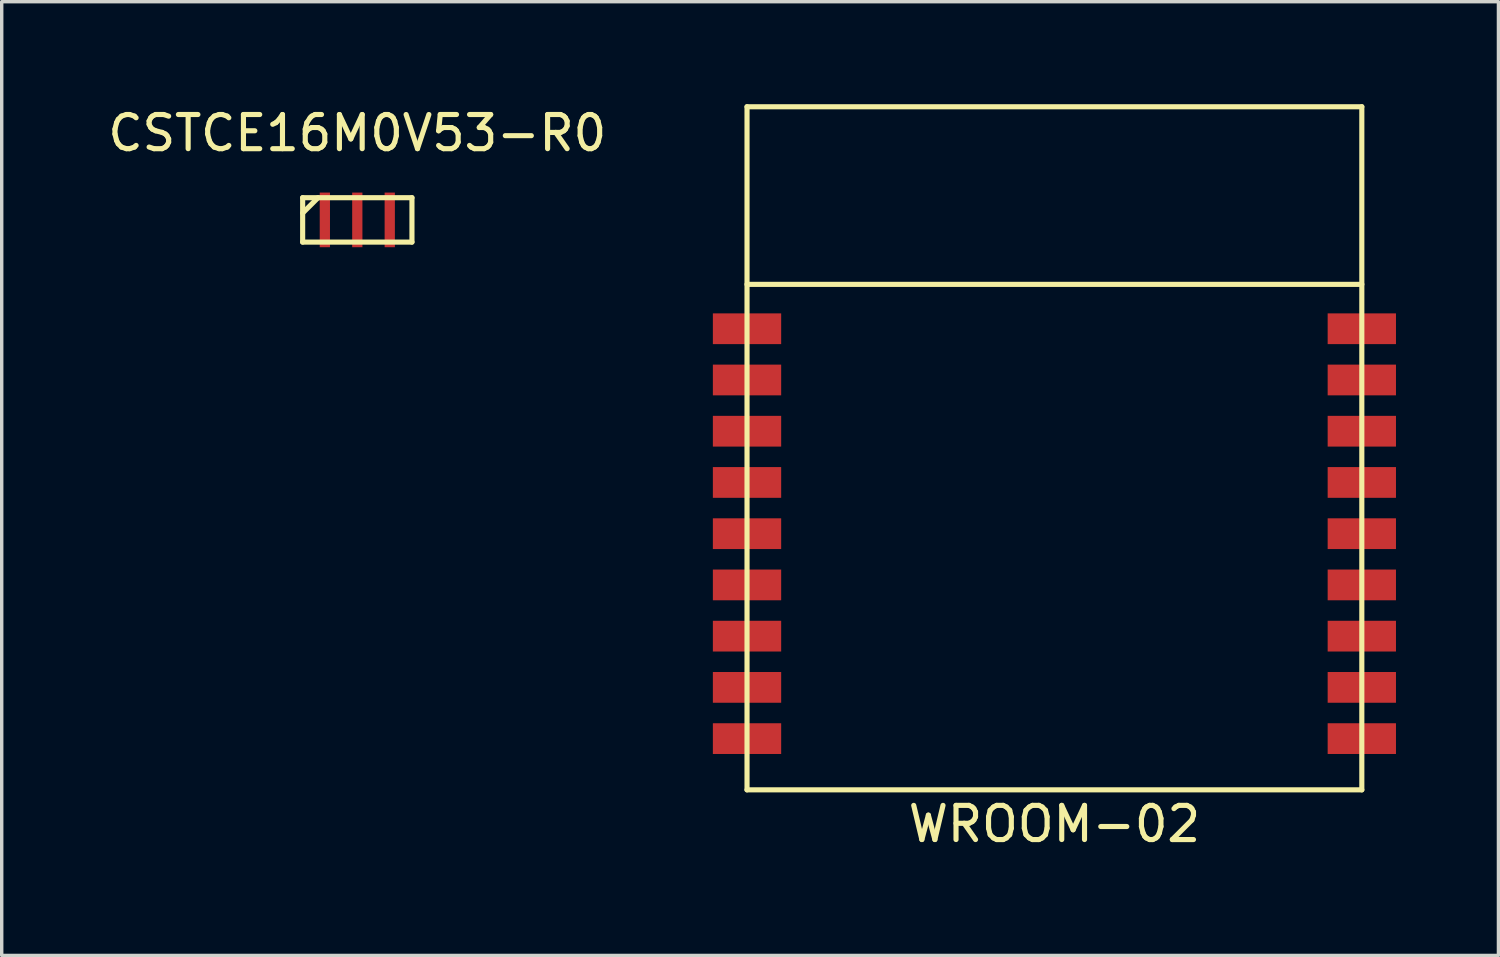
<source format=kicad_pcb>
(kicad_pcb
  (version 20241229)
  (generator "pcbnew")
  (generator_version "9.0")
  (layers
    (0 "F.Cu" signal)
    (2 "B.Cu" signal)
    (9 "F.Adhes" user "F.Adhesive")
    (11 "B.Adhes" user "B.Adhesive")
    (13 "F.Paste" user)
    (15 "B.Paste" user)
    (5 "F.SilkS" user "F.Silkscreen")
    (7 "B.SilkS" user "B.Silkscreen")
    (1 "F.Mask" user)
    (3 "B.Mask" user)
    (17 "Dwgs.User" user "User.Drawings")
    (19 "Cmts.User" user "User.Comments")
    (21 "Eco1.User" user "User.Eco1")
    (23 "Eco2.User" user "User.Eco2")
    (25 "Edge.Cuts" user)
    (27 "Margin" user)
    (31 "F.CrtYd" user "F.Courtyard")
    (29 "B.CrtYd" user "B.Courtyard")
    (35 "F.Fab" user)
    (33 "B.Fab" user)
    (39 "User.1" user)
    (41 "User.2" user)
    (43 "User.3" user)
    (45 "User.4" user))
  (footprint "CSTCE16M0V53-R0"
    (layer "F.Cu")
    (at 7.411 3.388)
    (property "Reference" "CSTCE16M0V53-R0" (at 0 -2.54 0) (layer "F.SilkS") (effects (font (size 1 1) (thickness 0.15))))
    (attr through_hole)
    (fp_line (start -1.6 -0.65) (end 1.6 -0.65) (stroke (width 0.15) (type solid)) (layer "F.SilkS"))
    (fp_line (start -1.6 0.65) (end -1.6 -0.65) (stroke (width 0.15) (type solid)) (layer "F.SilkS"))
    (fp_line (start -1.15 -0.65) (end -1.6 -0.2) (stroke (width 0.15) (type solid)) (layer "F.SilkS"))
    (fp_line (start 1.6 -0.65) (end 1.6 0.65) (stroke (width 0.15) (type solid)) (layer "F.SilkS"))
    (fp_line (start 1.6 0.65) (end -1.6 0.65) (stroke (width 0.15) (type solid)) (layer "F.SilkS"))
    (pad "1" smd rect (at -0.95 0) (size 0.3 1.6) (layers "F.Cu" "F.Mask" "F.Paste"))
    (pad "2" smd rect (at 0.95 0) (size 0.3 1.6) (layers "F.Cu" "F.Mask" "F.Paste"))
    (pad "3" smd rect (at 0 0) (size 0.3 1.6) (layers "F.Cu" "F.Mask" "F.Paste")))
  (footprint "WROOM-02"
    (layer "F.Cu")
    (at 27.821 20.075)
    (property "Reference" "WROOM-02" (at 0 1 0) (layer "F.SilkS") (effects (font (size 1 1) (thickness 0.15))))
    (attr through_hole)
    (fp_line (start -9 -20) (end -9 0) (stroke (width 0.15) (type solid)) (layer "F.SilkS"))
    (fp_line (start -9 -14.8) (end 9 -14.8) (stroke (width 0.15) (type solid)) (layer "F.SilkS"))
    (fp_line (start -9 0) (end 9 0) (stroke (width 0.15) (type solid)) (layer "F.SilkS"))
    (fp_line (start 9 -20) (end -9 -20) (stroke (width 0.15) (type solid)) (layer "F.SilkS"))
    (fp_line (start 9 0) (end 9 -20) (stroke (width 0.15) (type solid)) (layer "F.SilkS"))
    (pad "1" smd rect (at -9 -13.5) (size 2 0.9) (layers "F.Cu" "F.Mask" "F.Paste"))
    (pad "2" smd rect (at -9 -12) (size 2 0.9) (layers "F.Cu" "F.Mask" "F.Paste"))
    (pad "3" smd rect (at -9 -10.5) (size 2 0.9) (layers "F.Cu" "F.Mask" "F.Paste"))
    (pad "4" smd rect (at -9 -9) (size 2 0.9) (layers "F.Cu" "F.Mask" "F.Paste"))
    (pad "5" smd rect (at -9 -7.5) (size 2 0.9) (layers "F.Cu" "F.Mask" "F.Paste"))
    (pad "6" smd rect (at -9 -6) (size 2 0.9) (layers "F.Cu" "F.Mask" "F.Paste"))
    (pad "7" smd rect (at -9 -4.5) (size 2 0.9) (layers "F.Cu" "F.Mask" "F.Paste"))
    (pad "8" smd rect (at -9 -3) (size 2 0.9) (layers "F.Cu" "F.Mask" "F.Paste"))
    (pad "9" smd rect (at -9 -1.5) (size 2 0.9) (layers "F.Cu" "F.Mask" "F.Paste"))
    (pad "10" smd rect (at 9 -1.5) (size 2 0.9) (layers "F.Cu" "F.Mask" "F.Paste"))
    (pad "11" smd rect (at 9 -3) (size 2 0.9) (layers "F.Cu" "F.Mask" "F.Paste"))
    (pad "12" smd rect (at 9 -4.5) (size 2 0.9) (layers "F.Cu" "F.Mask" "F.Paste"))
    (pad "13" smd rect (at 9 -6) (size 2 0.9) (layers "F.Cu" "F.Mask" "F.Paste"))
    (pad "14" smd rect (at 9 -7.5) (size 2 0.9) (layers "F.Cu" "F.Mask" "F.Paste"))
    (pad "15" smd rect (at 9 -9) (size 2 0.9) (layers "F.Cu" "F.Mask" "F.Paste"))
    (pad "16" smd rect (at 9 -10.5) (size 2 0.9) (layers "F.Cu" "F.Mask" "F.Paste"))
    (pad "17" smd rect (at 9 -12) (size 2 0.9) (layers "F.Cu" "F.Mask" "F.Paste"))
    (pad "18" smd rect (at 9 -13.5) (size 2 0.9) (layers "F.Cu" "F.Mask" "F.Paste")))
  (gr_rect
    (start -3 -3)
    (end 40.821 24.923)
    (stroke (width 0.1) (type default))
    (fill no)
    (layer "Edge.Cuts")))
</source>
